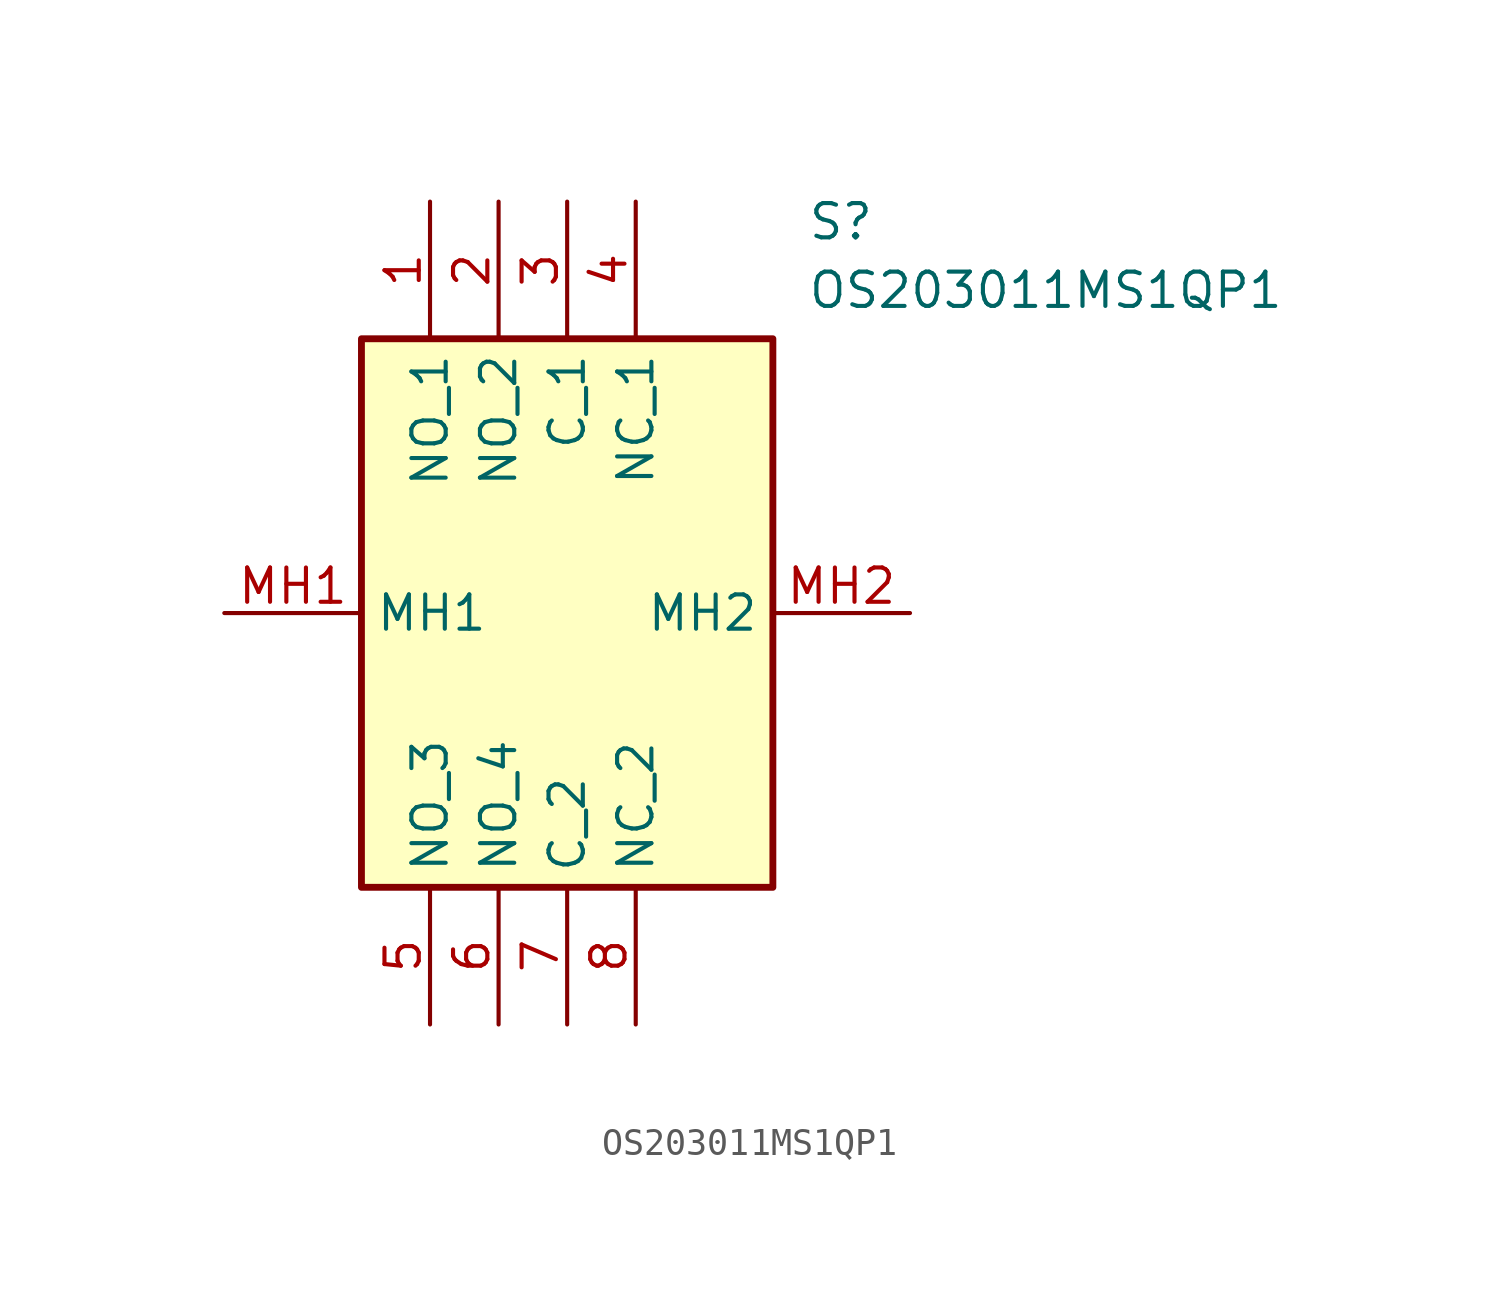
<source format=kicad_sym>
(kicad_symbol_lib
  (version 20231120)
  (generator "kicad_symbol_editor")
  (generator_version "8.0")
  (symbol "OS203011MS1QP1"
    (property "Reference" "S"
      (at 21.59 15.24 0)
      (effects (font (size 1.27 1.27)) (justify left top)))
    (property "Value" "OS203011MS1QP1"
      (at 21.59 12.7 0)
      (effects (font (size 1.27 1.27)) (justify left top)))
    (symbol "OS203011MS1QP1_1_1"
      (rectangle (start 5.08 10.16) (end 20.32 -10.16) (stroke (width 0.254) (type default)) (fill (type background)))
      (pin passive line (at 7.62 15.24 270) (length 5.08) (name "NO_1" (effects (font (size 1.27 1.27)))) (number "1" (effects (font (size 1.27 1.27)))))
      (pin passive line (at 10.16 15.24 270) (length 5.08) (name "NO_2" (effects (font (size 1.27 1.27)))) (number "2" (effects (font (size 1.27 1.27)))))
      (pin passive line (at 12.7 15.24 270) (length 5.08) (name "C_1" (effects (font (size 1.27 1.27)))) (number "3" (effects (font (size 1.27 1.27)))))
      (pin passive line (at 15.24 15.24 270) (length 5.08) (name "NC_1" (effects (font (size 1.27 1.27)))) (number "4" (effects (font (size 1.27 1.27)))))
      (pin passive line (at 7.62 -15.24 90) (length 5.08) (name "NO_3" (effects (font (size 1.27 1.27)))) (number "5" (effects (font (size 1.27 1.27)))))
      (pin passive line (at 10.16 -15.24 90) (length 5.08) (name "NO_4" (effects (font (size 1.27 1.27)))) (number "6" (effects (font (size 1.27 1.27)))))
      (pin passive line (at 12.7 -15.24 90) (length 5.08) (name "C_2" (effects (font (size 1.27 1.27)))) (number "7" (effects (font (size 1.27 1.27)))))
      (pin passive line (at 15.24 -15.24 90) (length 5.08) (name "NC_2" (effects (font (size 1.27 1.27)))) (number "8" (effects (font (size 1.27 1.27)))))
      (pin passive line (at 0 0 0) (length 5.08) (name "MH1" (effects (font (size 1.27 1.27)))) (number "MH1" (effects (font (size 1.27 1.27)))))
      (pin passive line (at 25.4 0 180) (length 5.08) (name "MH2" (effects (font (size 1.27 1.27)))) (number "MH2" (effects (font (size 1.27 1.27))))))))
</source>
